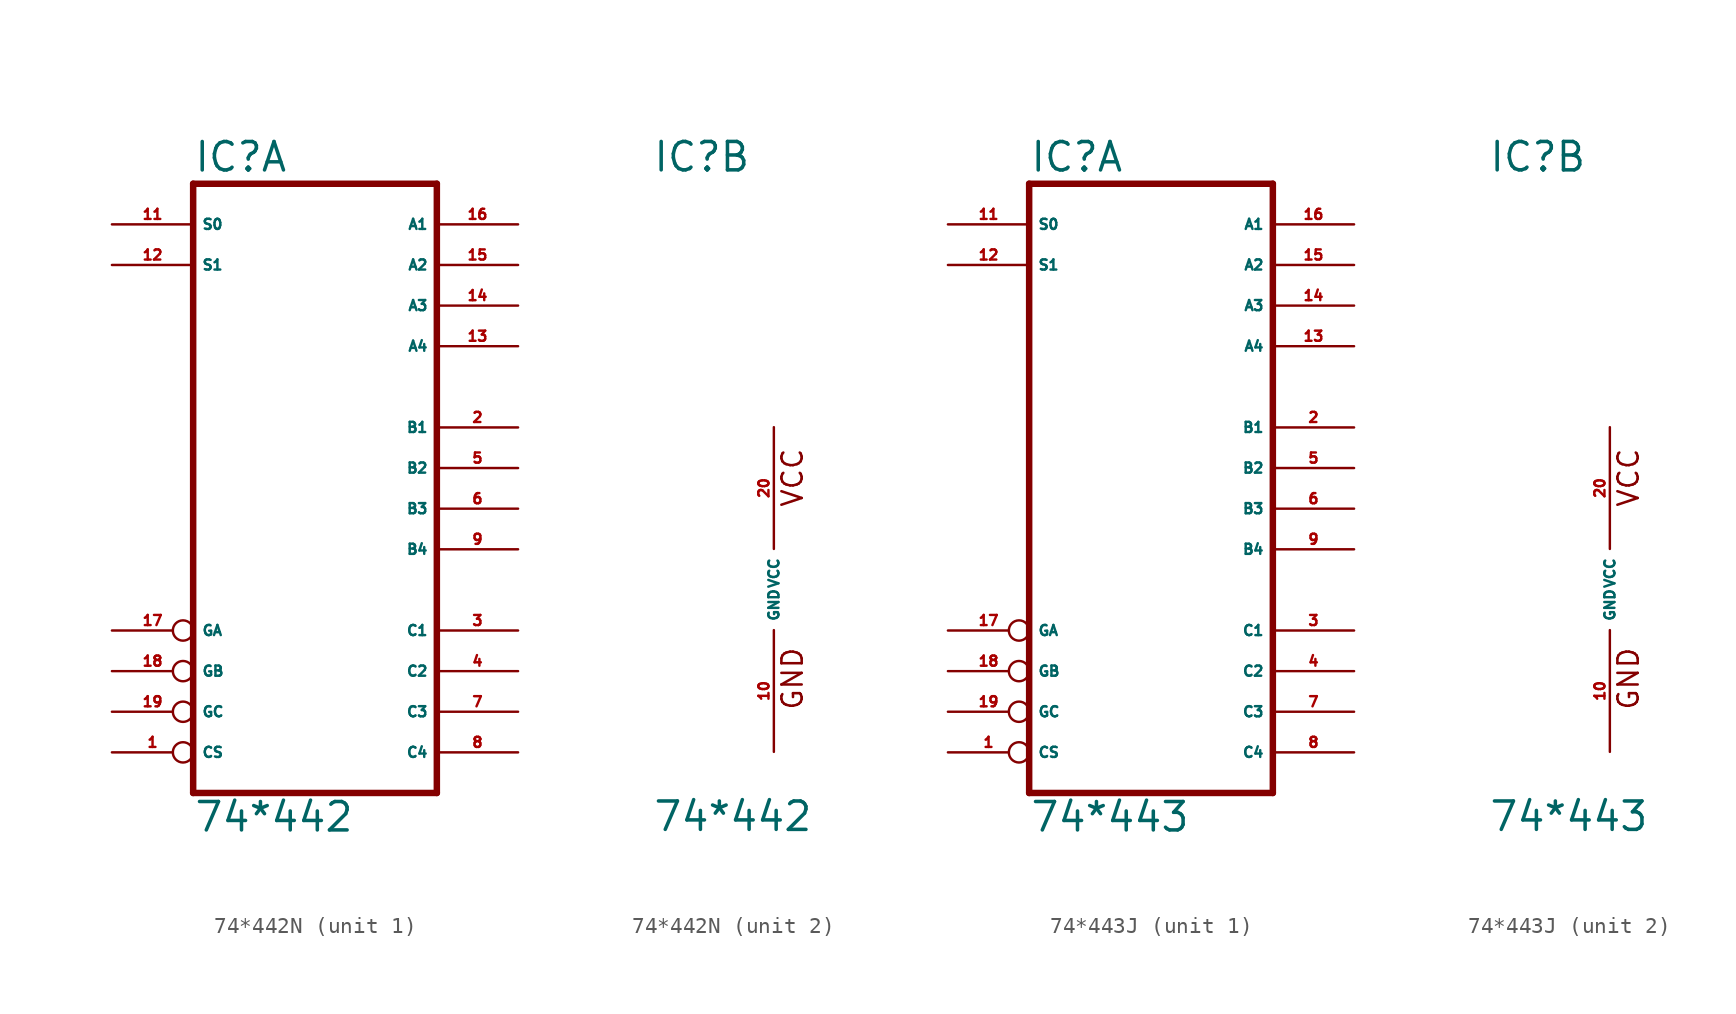
<source format=kicad_sym>
(kicad_symbol_lib
  (version 20220914)
  (generator Eagle2Kicad)
  (symbol "74*442N"
    (property "Reference" "IC"
      (at -7.62 26.035 0)
      (effects (font (size 1.778 1.778) (thickness 0.22)) (justify left bottom)))
    (property "Value" "74*442"
      (at -7.62 -15.24 0)
      (effects (font (size 1.778 1.778) (thickness 0.22)) (justify left bottom)))
    (symbol "74*442N_1_0"
      (polyline (pts (xy -7.62 -12.7) (xy 7.62 -12.7)) (stroke (width 0.406) (type default)) (fill (type none)))
      (polyline (pts (xy 7.62 -12.7) (xy 7.62 25.4)) (stroke (width 0.406) (type default)) (fill (type none)))
      (polyline (pts (xy 7.62 25.4) (xy -7.62 25.4)) (stroke (width 0.406) (type default)) (fill (type none)))
      (polyline (pts (xy -7.62 25.4) (xy -7.62 -12.7)) (stroke (width 0.406) (type default)) (fill (type none)))
      (pin input inverted (at -12.7 -10.16 0) (length 5.08) (name "CS" (effects (font (size 0.635 0.635) (thickness 0.08)) (justify left bottom))) (number "1" (effects (font (size 0.635 0.635) (thickness 0.08)) (justify left bottom))))
      (pin bidirectional line (at 12.7 10.16 180) (length 5.08) (name "B1" (effects (font (size 0.635 0.635) (thickness 0.08)) (justify left bottom))) (number "2" (effects (font (size 0.635 0.635) (thickness 0.08)) (justify left bottom))))
      (pin bidirectional line (at 12.7 -2.54 180) (length 5.08) (name "C1" (effects (font (size 0.635 0.635) (thickness 0.08)) (justify left bottom))) (number "3" (effects (font (size 0.635 0.635) (thickness 0.08)) (justify left bottom))))
      (pin bidirectional line (at 12.7 -5.08 180) (length 5.08) (name "C2" (effects (font (size 0.635 0.635) (thickness 0.08)) (justify left bottom))) (number "4" (effects (font (size 0.635 0.635) (thickness 0.08)) (justify left bottom))))
      (pin bidirectional line (at 12.7 7.62 180) (length 5.08) (name "B2" (effects (font (size 0.635 0.635) (thickness 0.08)) (justify left bottom))) (number "5" (effects (font (size 0.635 0.635) (thickness 0.08)) (justify left bottom))))
      (pin bidirectional line (at 12.7 5.08 180) (length 5.08) (name "B3" (effects (font (size 0.635 0.635) (thickness 0.08)) (justify left bottom))) (number "6" (effects (font (size 0.635 0.635) (thickness 0.08)) (justify left bottom))))
      (pin bidirectional line (at 12.7 -7.62 180) (length 5.08) (name "C3" (effects (font (size 0.635 0.635) (thickness 0.08)) (justify left bottom))) (number "7" (effects (font (size 0.635 0.635) (thickness 0.08)) (justify left bottom))))
      (pin bidirectional line (at 12.7 -10.16 180) (length 5.08) (name "C4" (effects (font (size 0.635 0.635) (thickness 0.08)) (justify left bottom))) (number "8" (effects (font (size 0.635 0.635) (thickness 0.08)) (justify left bottom))))
      (pin bidirectional line (at 12.7 2.54 180) (length 5.08) (name "B4" (effects (font (size 0.635 0.635) (thickness 0.08)) (justify left bottom))) (number "9" (effects (font (size 0.635 0.635) (thickness 0.08)) (justify left bottom))))
      (pin input line (at -12.7 22.86 0) (length 5.08) (name "S0" (effects (font (size 0.635 0.635) (thickness 0.08)) (justify left bottom))) (number "11" (effects (font (size 0.635 0.635) (thickness 0.08)) (justify left bottom))))
      (pin input line (at -12.7 20.32 0) (length 5.08) (name "S1" (effects (font (size 0.635 0.635) (thickness 0.08)) (justify left bottom))) (number "12" (effects (font (size 0.635 0.635) (thickness 0.08)) (justify left bottom))))
      (pin bidirectional line (at 12.7 15.24 180) (length 5.08) (name "A4" (effects (font (size 0.635 0.635) (thickness 0.08)) (justify left bottom))) (number "13" (effects (font (size 0.635 0.635) (thickness 0.08)) (justify left bottom))))
      (pin bidirectional line (at 12.7 17.78 180) (length 5.08) (name "A3" (effects (font (size 0.635 0.635) (thickness 0.08)) (justify left bottom))) (number "14" (effects (font (size 0.635 0.635) (thickness 0.08)) (justify left bottom))))
      (pin bidirectional line (at 12.7 20.32 180) (length 5.08) (name "A2" (effects (font (size 0.635 0.635) (thickness 0.08)) (justify left bottom))) (number "15" (effects (font (size 0.635 0.635) (thickness 0.08)) (justify left bottom))))
      (pin bidirectional line (at 12.7 22.86 180) (length 5.08) (name "A1" (effects (font (size 0.635 0.635) (thickness 0.08)) (justify left bottom))) (number "16" (effects (font (size 0.635 0.635) (thickness 0.08)) (justify left bottom))))
      (pin input inverted (at -12.7 -2.54 0) (length 5.08) (name "GA" (effects (font (size 0.635 0.635) (thickness 0.08)) (justify left bottom))) (number "17" (effects (font (size 0.635 0.635) (thickness 0.08)) (justify left bottom))))
      (pin input inverted (at -12.7 -5.08 0) (length 5.08) (name "GB" (effects (font (size 0.635 0.635) (thickness 0.08)) (justify left bottom))) (number "18" (effects (font (size 0.635 0.635) (thickness 0.08)) (justify left bottom))))
      (pin input inverted (at -12.7 -7.62 0) (length 5.08) (name "GC" (effects (font (size 0.635 0.635) (thickness 0.08)) (justify left bottom))) (number "19" (effects (font (size 0.635 0.635) (thickness 0.08)) (justify left bottom)))))
    (symbol "74*442N_2_0"
      (text "GND" (at 1.905 -7.62 900) (effects (font (size 1.27 1.27) (thickness 0.16)) (justify left bottom)))
      (text "VCC" (at 1.905 5.08 900) (effects (font (size 1.27 1.27) (thickness 0.16)) (justify left bottom)))
      (pin unspecified line (at 0 -10.16 90) (length 7.62) (name "GND" (effects (font (size 0.635 0.635) (thickness 0.08)) (justify left bottom))) (number "10" (effects (font (size 0.635 0.635) (thickness 0.08)) (justify left bottom))))
      (pin unspecified line (at 0 10.16 270) (length 7.62) (name "VCC" (effects (font (size 0.635 0.635) (thickness 0.08)) (justify left bottom))) (number "20" (effects (font (size 0.635 0.635) (thickness 0.08)) (justify left bottom))))))
  (symbol "74*443J"
    (property "Reference" "IC"
      (at -7.62 26.035 0)
      (effects (font (size 1.778 1.778) (thickness 0.22)) (justify left bottom)))
    (property "Value" "74*443"
      (at -7.62 -15.24 0)
      (effects (font (size 1.778 1.778) (thickness 0.22)) (justify left bottom)))
    (symbol "74*443J_1_0"
      (polyline (pts (xy -7.62 -12.7) (xy 7.62 -12.7)) (stroke (width 0.406) (type default)) (fill (type none)))
      (polyline (pts (xy 7.62 -12.7) (xy 7.62 25.4)) (stroke (width 0.406) (type default)) (fill (type none)))
      (polyline (pts (xy 7.62 25.4) (xy -7.62 25.4)) (stroke (width 0.406) (type default)) (fill (type none)))
      (polyline (pts (xy -7.62 25.4) (xy -7.62 -12.7)) (stroke (width 0.406) (type default)) (fill (type none)))
      (pin input inverted (at -12.7 -10.16 0) (length 5.08) (name "CS" (effects (font (size 0.635 0.635) (thickness 0.08)) (justify left bottom))) (number "1" (effects (font (size 0.635 0.635) (thickness 0.08)) (justify left bottom))))
      (pin bidirectional line (at 12.7 10.16 180) (length 5.08) (name "B1" (effects (font (size 0.635 0.635) (thickness 0.08)) (justify left bottom))) (number "2" (effects (font (size 0.635 0.635) (thickness 0.08)) (justify left bottom))))
      (pin bidirectional line (at 12.7 -2.54 180) (length 5.08) (name "C1" (effects (font (size 0.635 0.635) (thickness 0.08)) (justify left bottom))) (number "3" (effects (font (size 0.635 0.635) (thickness 0.08)) (justify left bottom))))
      (pin bidirectional line (at 12.7 -5.08 180) (length 5.08) (name "C2" (effects (font (size 0.635 0.635) (thickness 0.08)) (justify left bottom))) (number "4" (effects (font (size 0.635 0.635) (thickness 0.08)) (justify left bottom))))
      (pin bidirectional line (at 12.7 7.62 180) (length 5.08) (name "B2" (effects (font (size 0.635 0.635) (thickness 0.08)) (justify left bottom))) (number "5" (effects (font (size 0.635 0.635) (thickness 0.08)) (justify left bottom))))
      (pin bidirectional line (at 12.7 5.08 180) (length 5.08) (name "B3" (effects (font (size 0.635 0.635) (thickness 0.08)) (justify left bottom))) (number "6" (effects (font (size 0.635 0.635) (thickness 0.08)) (justify left bottom))))
      (pin bidirectional line (at 12.7 -7.62 180) (length 5.08) (name "C3" (effects (font (size 0.635 0.635) (thickness 0.08)) (justify left bottom))) (number "7" (effects (font (size 0.635 0.635) (thickness 0.08)) (justify left bottom))))
      (pin bidirectional line (at 12.7 -10.16 180) (length 5.08) (name "C4" (effects (font (size 0.635 0.635) (thickness 0.08)) (justify left bottom))) (number "8" (effects (font (size 0.635 0.635) (thickness 0.08)) (justify left bottom))))
      (pin bidirectional line (at 12.7 2.54 180) (length 5.08) (name "B4" (effects (font (size 0.635 0.635) (thickness 0.08)) (justify left bottom))) (number "9" (effects (font (size 0.635 0.635) (thickness 0.08)) (justify left bottom))))
      (pin input line (at -12.7 22.86 0) (length 5.08) (name "S0" (effects (font (size 0.635 0.635) (thickness 0.08)) (justify left bottom))) (number "11" (effects (font (size 0.635 0.635) (thickness 0.08)) (justify left bottom))))
      (pin input line (at -12.7 20.32 0) (length 5.08) (name "S1" (effects (font (size 0.635 0.635) (thickness 0.08)) (justify left bottom))) (number "12" (effects (font (size 0.635 0.635) (thickness 0.08)) (justify left bottom))))
      (pin bidirectional line (at 12.7 15.24 180) (length 5.08) (name "A4" (effects (font (size 0.635 0.635) (thickness 0.08)) (justify left bottom))) (number "13" (effects (font (size 0.635 0.635) (thickness 0.08)) (justify left bottom))))
      (pin bidirectional line (at 12.7 17.78 180) (length 5.08) (name "A3" (effects (font (size 0.635 0.635) (thickness 0.08)) (justify left bottom))) (number "14" (effects (font (size 0.635 0.635) (thickness 0.08)) (justify left bottom))))
      (pin bidirectional line (at 12.7 20.32 180) (length 5.08) (name "A2" (effects (font (size 0.635 0.635) (thickness 0.08)) (justify left bottom))) (number "15" (effects (font (size 0.635 0.635) (thickness 0.08)) (justify left bottom))))
      (pin bidirectional line (at 12.7 22.86 180) (length 5.08) (name "A1" (effects (font (size 0.635 0.635) (thickness 0.08)) (justify left bottom))) (number "16" (effects (font (size 0.635 0.635) (thickness 0.08)) (justify left bottom))))
      (pin input inverted (at -12.7 -2.54 0) (length 5.08) (name "GA" (effects (font (size 0.635 0.635) (thickness 0.08)) (justify left bottom))) (number "17" (effects (font (size 0.635 0.635) (thickness 0.08)) (justify left bottom))))
      (pin input inverted (at -12.7 -5.08 0) (length 5.08) (name "GB" (effects (font (size 0.635 0.635) (thickness 0.08)) (justify left bottom))) (number "18" (effects (font (size 0.635 0.635) (thickness 0.08)) (justify left bottom))))
      (pin input inverted (at -12.7 -7.62 0) (length 5.08) (name "GC" (effects (font (size 0.635 0.635) (thickness 0.08)) (justify left bottom))) (number "19" (effects (font (size 0.635 0.635) (thickness 0.08)) (justify left bottom)))))
    (symbol "74*443J_2_0"
      (text "GND" (at 1.905 -7.62 900) (effects (font (size 1.27 1.27) (thickness 0.16)) (justify left bottom)))
      (text "VCC" (at 1.905 5.08 900) (effects (font (size 1.27 1.27) (thickness 0.16)) (justify left bottom)))
      (pin unspecified line (at 0 -10.16 90) (length 7.62) (name "GND" (effects (font (size 0.635 0.635) (thickness 0.08)) (justify left bottom))) (number "10" (effects (font (size 0.635 0.635) (thickness 0.08)) (justify left bottom))))
      (pin unspecified line (at 0 10.16 270) (length 7.62) (name "VCC" (effects (font (size 0.635 0.635) (thickness 0.08)) (justify left bottom))) (number "20" (effects (font (size 0.635 0.635) (thickness 0.08)) (justify left bottom)))))))
</source>
